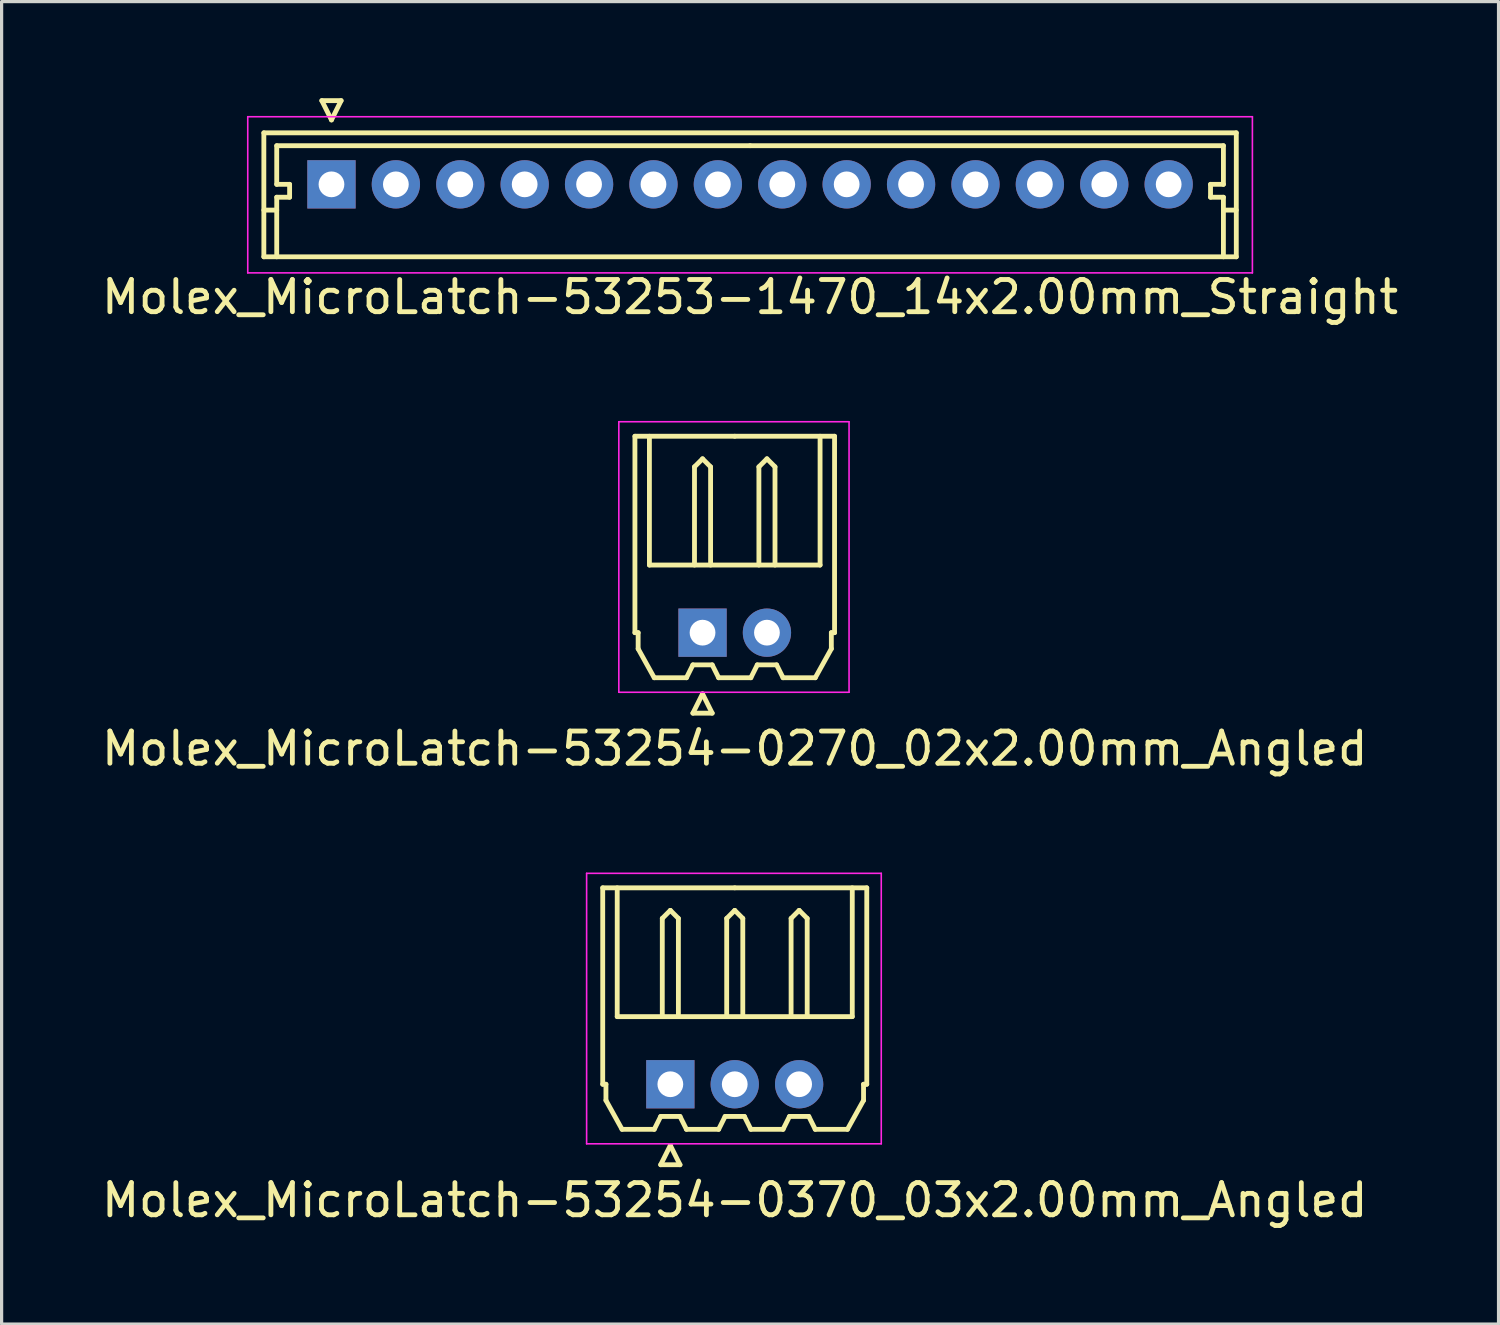
<source format=kicad_pcb>
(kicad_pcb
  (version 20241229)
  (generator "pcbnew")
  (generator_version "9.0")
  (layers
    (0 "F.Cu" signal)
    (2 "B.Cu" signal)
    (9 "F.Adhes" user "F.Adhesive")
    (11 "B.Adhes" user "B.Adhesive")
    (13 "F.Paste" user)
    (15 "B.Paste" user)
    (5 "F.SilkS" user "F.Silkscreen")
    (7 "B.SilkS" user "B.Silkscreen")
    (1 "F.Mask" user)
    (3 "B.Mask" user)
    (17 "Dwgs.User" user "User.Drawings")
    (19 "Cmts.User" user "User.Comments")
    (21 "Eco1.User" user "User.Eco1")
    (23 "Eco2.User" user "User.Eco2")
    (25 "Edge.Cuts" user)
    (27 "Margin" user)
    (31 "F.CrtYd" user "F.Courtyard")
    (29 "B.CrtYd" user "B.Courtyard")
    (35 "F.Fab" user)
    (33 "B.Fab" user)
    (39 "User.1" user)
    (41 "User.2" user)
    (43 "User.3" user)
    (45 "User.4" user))
  (footprint "Molex_MicroLatch-53253-1470_14x2.00mm_Straight"
    (layer "F.Cu")
    (at 7.244 2.675)
    (property "Reference" "Molex_MicroLatch-53253-1470_14x2.00mm_Straight" (at 13 3.5 0) (layer "F.SilkS") (effects (font (size 1 1) (thickness 0.15))))
    (attr through_hole)
    (fp_line (start -2.1 -1.6) (end -2.1 2.25) (stroke (width 0.15) (type solid)) (layer "F.SilkS"))
    (fp_line (start -2.1 0.8) (end -1.7 0.8) (stroke (width 0.15) (type solid)) (layer "F.SilkS"))
    (fp_line (start -2.1 2.25) (end 28.1 2.25) (stroke (width 0.15) (type solid)) (layer "F.SilkS"))
    (fp_line (start -1.7 -1.2) (end -1.7 0) (stroke (width 0.15) (type solid)) (layer "F.SilkS"))
    (fp_line (start -1.7 0) (end -1.3 0) (stroke (width 0.15) (type solid)) (layer "F.SilkS"))
    (fp_line (start -1.7 0.4) (end -1.7 2.25) (stroke (width 0.15) (type solid)) (layer "F.SilkS"))
    (fp_line (start -1.3 0) (end -1.3 0.4) (stroke (width 0.15) (type solid)) (layer "F.SilkS"))
    (fp_line (start -1.3 0.4) (end -1.7 0.4) (stroke (width 0.15) (type solid)) (layer "F.SilkS"))
    (fp_line (start -0.3 -2.6) (end 0.3 -2.6) (stroke (width 0.15) (type solid)) (layer "F.SilkS"))
    (fp_line (start 0 -2) (end -0.3 -2.6) (stroke (width 0.15) (type solid)) (layer "F.SilkS"))
    (fp_line (start 0.3 -2.6) (end 0 -2) (stroke (width 0.15) (type solid)) (layer "F.SilkS"))
    (fp_line (start 13 -1.2) (end -1.7 -1.2) (stroke (width 0.15) (type solid)) (layer "F.SilkS"))
    (fp_line (start 13 -1.2) (end 27.7 -1.2) (stroke (width 0.15) (type solid)) (layer "F.SilkS"))
    (fp_line (start 27.3 0) (end 27.3 0.4) (stroke (width 0.15) (type solid)) (layer "F.SilkS"))
    (fp_line (start 27.3 0.4) (end 27.7 0.4) (stroke (width 0.15) (type solid)) (layer "F.SilkS"))
    (fp_line (start 27.7 -1.2) (end 27.7 0) (stroke (width 0.15) (type solid)) (layer "F.SilkS"))
    (fp_line (start 27.7 0) (end 27.3 0) (stroke (width 0.15) (type solid)) (layer "F.SilkS"))
    (fp_line (start 27.7 0.4) (end 27.7 2.25) (stroke (width 0.15) (type solid)) (layer "F.SilkS"))
    (fp_line (start 28.1 -1.6) (end -2.1 -1.6) (stroke (width 0.15) (type solid)) (layer "F.SilkS"))
    (fp_line (start 28.1 0.8) (end 27.7 0.8) (stroke (width 0.15) (type solid)) (layer "F.SilkS"))
    (fp_line (start 28.1 2.25) (end 28.1 -1.6) (stroke (width 0.15) (type solid)) (layer "F.SilkS"))
    (fp_line (start -2.6 -2.1) (end -2.6 2.75) (stroke (width 0.05) (type solid)) (layer "F.CrtYd"))
    (fp_line (start -2.6 2.75) (end 28.6 2.75) (stroke (width 0.05) (type solid)) (layer "F.CrtYd"))
    (fp_line (start 28.6 -2.1) (end -2.6 -2.1) (stroke (width 0.05) (type solid)) (layer "F.CrtYd"))
    (fp_line (start 28.6 2.75) (end 28.6 -2.1) (stroke (width 0.05) (type solid)) (layer "F.CrtYd"))
    (pad "1" thru_hole rect (at 0 0) (size 1.5 1.5) (drill 0.8) (layers "*.Cu" "*.Mask"))
    (pad "2" thru_hole circle (at 2 0) (size 1.5 1.5) (drill 0.8) (layers "*.Cu" "*.Mask"))
    (pad "3" thru_hole circle (at 4 0) (size 1.5 1.5) (drill 0.8) (layers "*.Cu" "*.Mask"))
    (pad "4" thru_hole circle (at 6 0) (size 1.5 1.5) (drill 0.8) (layers "*.Cu" "*.Mask"))
    (pad "5" thru_hole circle (at 8 0) (size 1.5 1.5) (drill 0.8) (layers "*.Cu" "*.Mask"))
    (pad "6" thru_hole circle (at 10 0) (size 1.5 1.5) (drill 0.8) (layers "*.Cu" "*.Mask"))
    (pad "7" thru_hole circle (at 12 0) (size 1.5 1.5) (drill 0.8) (layers "*.Cu" "*.Mask"))
    (pad "8" thru_hole circle (at 14 0) (size 1.5 1.5) (drill 0.8) (layers "*.Cu" "*.Mask"))
    (pad "9" thru_hole circle (at 16 0) (size 1.5 1.5) (drill 0.8) (layers "*.Cu" "*.Mask"))
    (pad "10" thru_hole circle (at 18 0) (size 1.5 1.5) (drill 0.8) (layers "*.Cu" "*.Mask"))
    (pad "11" thru_hole circle (at 20 0) (size 1.5 1.5) (drill 0.8) (layers "*.Cu" "*.Mask"))
    (pad "12" thru_hole circle (at 22 0) (size 1.5 1.5) (drill 0.8) (layers "*.Cu" "*.Mask"))
    (pad "13" thru_hole circle (at 24 0) (size 1.5 1.5) (drill 0.8) (layers "*.Cu" "*.Mask"))
    (pad "14" thru_hole circle (at 26 0) (size 1.5 1.5) (drill 0.8) (layers "*.Cu" "*.Mask")))
  (footprint "Molex_MicroLatch-53254-0370_03x2.00mm_Angled"
    (layer "F.Cu")
    (at 17.768 30.622)
    (property "Reference" "Molex_MicroLatch-53254-0370_03x2.00mm_Angled" (at 2 3.6 0) (layer "F.SilkS") (effects (font (size 1 1) (thickness 0.15))))
    (attr through_hole)
    (fp_line (start -2.1 -6.1) (end 2 -6.1) (stroke (width 0.15) (type solid)) (layer "F.SilkS"))
    (fp_line (start -2.1 0) (end -2.1 -6.1) (stroke (width 0.15) (type solid)) (layer "F.SilkS"))
    (fp_line (start -2 0) (end -2.1 0) (stroke (width 0.15) (type solid)) (layer "F.SilkS"))
    (fp_line (start -2 0.5) (end -2 0) (stroke (width 0.15) (type solid)) (layer "F.SilkS"))
    (fp_line (start -1.65 -6.1) (end -1.65 -2.1) (stroke (width 0.15) (type solid)) (layer "F.SilkS"))
    (fp_line (start -1.65 -2.1) (end 5.65 -2.1) (stroke (width 0.15) (type solid)) (layer "F.SilkS"))
    (fp_line (start -1.5 1.4) (end -2 0.5) (stroke (width 0.15) (type solid)) (layer "F.SilkS"))
    (fp_line (start -0.5 1.4) (end -1.5 1.4) (stroke (width 0.15) (type solid)) (layer "F.SilkS"))
    (fp_line (start -0.3 1) (end -0.5 1.4) (stroke (width 0.15) (type solid)) (layer "F.SilkS"))
    (fp_line (start -0.3 1) (end 0.3 1) (stroke (width 0.15) (type solid)) (layer "F.SilkS"))
    (fp_line (start -0.3 2.5) (end 0.3 2.5) (stroke (width 0.15) (type solid)) (layer "F.SilkS"))
    (fp_line (start -0.25 -5.15) (end 0 -5.4) (stroke (width 0.15) (type solid)) (layer "F.SilkS"))
    (fp_line (start -0.25 -2.1) (end -0.25 -5.15) (stroke (width 0.15) (type solid)) (layer "F.SilkS"))
    (fp_line (start 0 -5.4) (end 0.25 -5.15) (stroke (width 0.15) (type solid)) (layer "F.SilkS"))
    (fp_line (start 0 1.9) (end -0.3 2.5) (stroke (width 0.15) (type solid)) (layer "F.SilkS"))
    (fp_line (start 0.25 -5.15) (end 0.25 -2.1) (stroke (width 0.15) (type solid)) (layer "F.SilkS"))
    (fp_line (start 0.3 1) (end 0.5 1.4) (stroke (width 0.15) (type solid)) (layer "F.SilkS"))
    (fp_line (start 0.3 2.5) (end 0 1.9) (stroke (width 0.15) (type solid)) (layer "F.SilkS"))
    (fp_line (start 0.5 1.4) (end 1.5 1.4) (stroke (width 0.15) (type solid)) (layer "F.SilkS"))
    (fp_line (start 1.5 1.4) (end 1.7 1) (stroke (width 0.15) (type solid)) (layer "F.SilkS"))
    (fp_line (start 1.7 1) (end 2.3 1) (stroke (width 0.15) (type solid)) (layer "F.SilkS"))
    (fp_line (start 1.75 -5.15) (end 2 -5.4) (stroke (width 0.15) (type solid)) (layer "F.SilkS"))
    (fp_line (start 1.75 -2.1) (end 1.75 -5.15) (stroke (width 0.15) (type solid)) (layer "F.SilkS"))
    (fp_line (start 2 -5.4) (end 2.25 -5.15) (stroke (width 0.15) (type solid)) (layer "F.SilkS"))
    (fp_line (start 2.25 -5.15) (end 2.25 -2.1) (stroke (width 0.15) (type solid)) (layer "F.SilkS"))
    (fp_line (start 2.3 1) (end 2.5 1.4) (stroke (width 0.15) (type solid)) (layer "F.SilkS"))
    (fp_line (start 2.5 1.4) (end 3.5 1.4) (stroke (width 0.15) (type solid)) (layer "F.SilkS"))
    (fp_line (start 3.5 1.4) (end 3.7 1) (stroke (width 0.15) (type solid)) (layer "F.SilkS"))
    (fp_line (start 3.7 1) (end 4.3 1) (stroke (width 0.15) (type solid)) (layer "F.SilkS"))
    (fp_line (start 3.75 -5.15) (end 4 -5.4) (stroke (width 0.15) (type solid)) (layer "F.SilkS"))
    (fp_line (start 3.75 -2.1) (end 3.75 -5.15) (stroke (width 0.15) (type solid)) (layer "F.SilkS"))
    (fp_line (start 4 -5.4) (end 4.25 -5.15) (stroke (width 0.15) (type solid)) (layer "F.SilkS"))
    (fp_line (start 4.25 -5.15) (end 4.25 -2.1) (stroke (width 0.15) (type solid)) (layer "F.SilkS"))
    (fp_line (start 4.3 1) (end 4.5 1.4) (stroke (width 0.15) (type solid)) (layer "F.SilkS"))
    (fp_line (start 4.5 1.4) (end 5.5 1.4) (stroke (width 0.15) (type solid)) (layer "F.SilkS"))
    (fp_line (start 5.5 1.4) (end 6 0.5) (stroke (width 0.15) (type solid)) (layer "F.SilkS"))
    (fp_line (start 5.65 -2.1) (end 5.65 -6.1) (stroke (width 0.15) (type solid)) (layer "F.SilkS"))
    (fp_line (start 6 0) (end 6.1 0) (stroke (width 0.15) (type solid)) (layer "F.SilkS"))
    (fp_line (start 6 0.5) (end 6 0) (stroke (width 0.15) (type solid)) (layer "F.SilkS"))
    (fp_line (start 6.1 -6.1) (end 2 -6.1) (stroke (width 0.15) (type solid)) (layer "F.SilkS"))
    (fp_line (start 6.1 0) (end 6.1 -6.1) (stroke (width 0.15) (type solid)) (layer "F.SilkS"))
    (fp_line (start -2.6 -6.55) (end -2.6 1.85) (stroke (width 0.05) (type solid)) (layer "F.CrtYd"))
    (fp_line (start -2.6 1.85) (end 6.55 1.85) (stroke (width 0.05) (type solid)) (layer "F.CrtYd"))
    (fp_line (start 6.55 -6.55) (end -2.6 -6.55) (stroke (width 0.05) (type solid)) (layer "F.CrtYd"))
    (fp_line (start 6.55 1.85) (end 6.55 -6.55) (stroke (width 0.05) (type solid)) (layer "F.CrtYd"))
    (pad "1" thru_hole rect (at 0 0) (size 1.5 1.5) (drill 0.8) (layers "*.Cu" "*.Mask"))
    (pad "2" thru_hole circle (at 2 0) (size 1.5 1.5) (drill 0.8) (layers "*.Cu" "*.Mask"))
    (pad "3" thru_hole circle (at 4 0) (size 1.5 1.5) (drill 0.8) (layers "*.Cu" "*.Mask")))
  (footprint "Molex_MicroLatch-53254-0270_02x2.00mm_Angled"
    (layer "F.Cu")
    (at 18.768 16.598)
    (property "Reference" "Molex_MicroLatch-53254-0270_02x2.00mm_Angled" (at 1 3.6 0) (layer "F.SilkS") (effects (font (size 1 1) (thickness 0.15))))
    (attr through_hole)
    (fp_line (start -2.1 -6.1) (end 1 -6.1) (stroke (width 0.15) (type solid)) (layer "F.SilkS"))
    (fp_line (start -2.1 0) (end -2.1 -6.1) (stroke (width 0.15) (type solid)) (layer "F.SilkS"))
    (fp_line (start -2 0) (end -2.1 0) (stroke (width 0.15) (type solid)) (layer "F.SilkS"))
    (fp_line (start -2 0.5) (end -2 0) (stroke (width 0.15) (type solid)) (layer "F.SilkS"))
    (fp_line (start -1.65 -6.1) (end -1.65 -2.1) (stroke (width 0.15) (type solid)) (layer "F.SilkS"))
    (fp_line (start -1.65 -2.1) (end 3.65 -2.1) (stroke (width 0.15) (type solid)) (layer "F.SilkS"))
    (fp_line (start -1.5 1.4) (end -2 0.5) (stroke (width 0.15) (type solid)) (layer "F.SilkS"))
    (fp_line (start -0.5 1.4) (end -1.5 1.4) (stroke (width 0.15) (type solid)) (layer "F.SilkS"))
    (fp_line (start -0.3 1) (end -0.5 1.4) (stroke (width 0.15) (type solid)) (layer "F.SilkS"))
    (fp_line (start -0.3 1) (end 0.3 1) (stroke (width 0.15) (type solid)) (layer "F.SilkS"))
    (fp_line (start -0.3 2.5) (end 0.3 2.5) (stroke (width 0.15) (type solid)) (layer "F.SilkS"))
    (fp_line (start -0.25 -5.15) (end 0 -5.4) (stroke (width 0.15) (type solid)) (layer "F.SilkS"))
    (fp_line (start -0.25 -2.1) (end -0.25 -5.15) (stroke (width 0.15) (type solid)) (layer "F.SilkS"))
    (fp_line (start 0 -5.4) (end 0.25 -5.15) (stroke (width 0.15) (type solid)) (layer "F.SilkS"))
    (fp_line (start 0 1.9) (end -0.3 2.5) (stroke (width 0.15) (type solid)) (layer "F.SilkS"))
    (fp_line (start 0.25 -5.15) (end 0.25 -2.1) (stroke (width 0.15) (type solid)) (layer "F.SilkS"))
    (fp_line (start 0.3 1) (end 0.5 1.4) (stroke (width 0.15) (type solid)) (layer "F.SilkS"))
    (fp_line (start 0.3 2.5) (end 0 1.9) (stroke (width 0.15) (type solid)) (layer "F.SilkS"))
    (fp_line (start 0.5 1.4) (end 1.5 1.4) (stroke (width 0.15) (type solid)) (layer "F.SilkS"))
    (fp_line (start 1.5 1.4) (end 1.7 1) (stroke (width 0.15) (type solid)) (layer "F.SilkS"))
    (fp_line (start 1.7 1) (end 2.3 1) (stroke (width 0.15) (type solid)) (layer "F.SilkS"))
    (fp_line (start 1.75 -5.15) (end 2 -5.4) (stroke (width 0.15) (type solid)) (layer "F.SilkS"))
    (fp_line (start 1.75 -2.1) (end 1.75 -5.15) (stroke (width 0.15) (type solid)) (layer "F.SilkS"))
    (fp_line (start 2 -5.4) (end 2.25 -5.15) (stroke (width 0.15) (type solid)) (layer "F.SilkS"))
    (fp_line (start 2.25 -5.15) (end 2.25 -2.1) (stroke (width 0.15) (type solid)) (layer "F.SilkS"))
    (fp_line (start 2.3 1) (end 2.5 1.4) (stroke (width 0.15) (type solid)) (layer "F.SilkS"))
    (fp_line (start 2.5 1.4) (end 3.5 1.4) (stroke (width 0.15) (type solid)) (layer "F.SilkS"))
    (fp_line (start 3.5 1.4) (end 4 0.5) (stroke (width 0.15) (type solid)) (layer "F.SilkS"))
    (fp_line (start 3.65 -2.1) (end 3.65 -6.1) (stroke (width 0.15) (type solid)) (layer "F.SilkS"))
    (fp_line (start 4 0) (end 4.1 0) (stroke (width 0.15) (type solid)) (layer "F.SilkS"))
    (fp_line (start 4 0.5) (end 4 0) (stroke (width 0.15) (type solid)) (layer "F.SilkS"))
    (fp_line (start 4.1 -6.1) (end 1 -6.1) (stroke (width 0.15) (type solid)) (layer "F.SilkS"))
    (fp_line (start 4.1 0) (end 4.1 -6.1) (stroke (width 0.15) (type solid)) (layer "F.SilkS"))
    (fp_line (start -2.6 -6.55) (end -2.6 1.85) (stroke (width 0.05) (type solid)) (layer "F.CrtYd"))
    (fp_line (start -2.6 1.85) (end 4.55 1.85) (stroke (width 0.05) (type solid)) (layer "F.CrtYd"))
    (fp_line (start 4.55 -6.55) (end -2.6 -6.55) (stroke (width 0.05) (type solid)) (layer "F.CrtYd"))
    (fp_line (start 4.55 1.85) (end 4.55 -6.55) (stroke (width 0.05) (type solid)) (layer "F.CrtYd"))
    (pad "1" thru_hole rect (at 0 0) (size 1.5 1.5) (drill 0.8) (layers "*.Cu" "*.Mask"))
    (pad "2" thru_hole circle (at 2 0) (size 1.5 1.5) (drill 0.8) (layers "*.Cu" "*.Mask")))
  (gr_rect
    (start -3 -3)
    (end 43.488 38.07)
    (stroke (width 0.1) (type default))
    (fill no)
    (layer "Edge.Cuts")))
</source>
